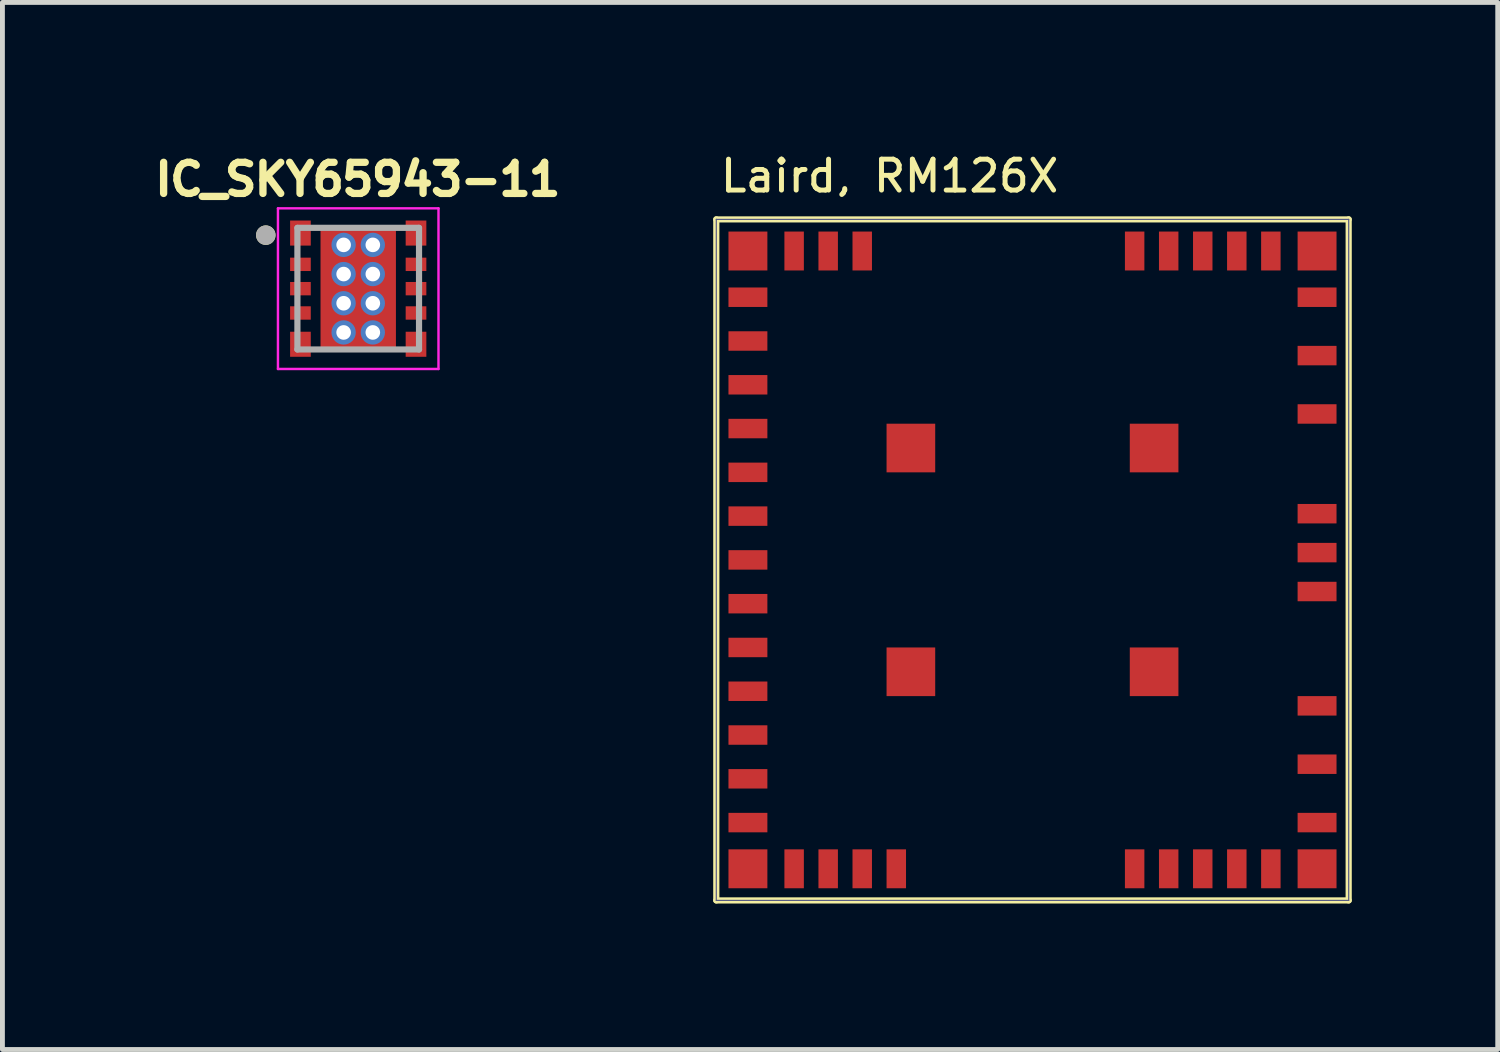
<source format=kicad_pcb>
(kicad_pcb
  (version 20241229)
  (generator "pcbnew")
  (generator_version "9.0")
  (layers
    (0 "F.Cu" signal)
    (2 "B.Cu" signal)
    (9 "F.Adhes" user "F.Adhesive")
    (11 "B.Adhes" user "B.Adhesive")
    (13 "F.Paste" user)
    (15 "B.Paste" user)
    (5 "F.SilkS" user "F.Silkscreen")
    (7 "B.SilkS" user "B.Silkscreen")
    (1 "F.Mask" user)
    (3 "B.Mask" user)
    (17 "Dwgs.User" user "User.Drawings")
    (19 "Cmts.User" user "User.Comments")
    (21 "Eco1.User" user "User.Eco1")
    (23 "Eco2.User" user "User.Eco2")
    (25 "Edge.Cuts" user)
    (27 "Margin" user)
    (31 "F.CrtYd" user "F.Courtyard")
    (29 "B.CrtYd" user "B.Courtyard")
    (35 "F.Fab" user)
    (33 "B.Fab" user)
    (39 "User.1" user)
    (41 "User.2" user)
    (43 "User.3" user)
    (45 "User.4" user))
  (footprint "IC_SKY65943-11"
    (layer "F.Cu")
    (at 4.314 2.884)
    (property "Reference" "IC_SKY65943-11" (at -0.008 -2.246 0) (layer "F.SilkS") (effects (font (size 0.64 0.64) (thickness 0.15))))
    (attr smd)
    (fp_poly (pts (xy -1.45 -1.451) (xy -0.925 -1.451) (xy -0.925 -0.836) (xy -1.45 -0.836)) (stroke (width 0.01) (type solid)) (fill yes) (layer "F.Mask"))
    (fp_poly (pts (xy -1.45 -0.688) (xy -0.925 -0.688) (xy -0.925 -0.312) (xy -1.45 -0.312)) (stroke (width 0.01) (type solid)) (fill yes) (layer "F.Mask"))
    (fp_poly (pts (xy -1.45 -0.188) (xy -0.925 -0.188) (xy -0.925 0.188) (xy -1.45 0.188)) (stroke (width 0.01) (type solid)) (fill yes) (layer "F.Mask"))
    (fp_poly (pts (xy -1.45 0.312) (xy -0.925 0.312) (xy -0.925 0.688) (xy -1.45 0.688)) (stroke (width 0.01) (type solid)) (fill yes) (layer "F.Mask"))
    (fp_poly (pts (xy -1.45 0.836) (xy -0.925 0.836) (xy -0.925 1.451) (xy -1.45 1.451)) (stroke (width 0.01) (type solid)) (fill yes) (layer "F.Mask"))
    (fp_poly (pts (xy -0.775 -1.25) (xy 0.775 -1.25) (xy 0.775 1.25) (xy -0.775 1.25)) (stroke (width 0.01) (type solid)) (fill yes) (layer "F.Mask"))
    (fp_poly (pts (xy 0.925 -1.451) (xy 1.45 -1.451) (xy 1.45 -0.836) (xy 0.925 -0.836)) (stroke (width 0.01) (type solid)) (fill yes) (layer "F.Mask"))
    (fp_poly (pts (xy 0.925 -0.688) (xy 1.45 -0.688) (xy 1.45 -0.312) (xy 0.925 -0.312)) (stroke (width 0.01) (type solid)) (fill yes) (layer "F.Mask"))
    (fp_poly (pts (xy 0.925 -0.188) (xy 1.45 -0.188) (xy 1.45 0.188) (xy 0.925 0.188)) (stroke (width 0.01) (type solid)) (fill yes) (layer "F.Mask"))
    (fp_poly (pts (xy 0.925 0.312) (xy 1.45 0.312) (xy 1.45 0.688) (xy 0.925 0.688)) (stroke (width 0.01) (type solid)) (fill yes) (layer "F.Mask"))
    (fp_poly (pts (xy 0.925 0.836) (xy 1.45 0.836) (xy 1.45 1.451) (xy 0.925 1.451)) (stroke (width 0.01) (type solid)) (fill yes) (layer "F.Mask"))
    (fp_circle (center -1.9 -1.1) (end -1.8 -1.1) (stroke (width 0.2) (type solid)) (fill no) (layer "F.SilkS"))
    (fp_poly (pts (xy -0.775 -1.25) (xy 0.775 -1.25) (xy 0.775 -0.505) (xy -0.775 -0.505)) (stroke (width 0.01) (type solid)) (fill yes) (layer "F.Paste"))
    (fp_poly (pts (xy -0.775 -0.335) (xy 0.775 -0.335) (xy 0.775 0.335) (xy -0.775 0.335)) (stroke (width 0.01) (type solid)) (fill yes) (layer "F.Paste"))
    (fp_poly (pts (xy -0.775 0.505) (xy 0.775 0.505) (xy 0.775 1.25) (xy -0.775 1.25)) (stroke (width 0.01) (type solid)) (fill yes) (layer "F.Paste"))
    (fp_line (start -1.65 -1.651) (end 1.65 -1.651) (stroke (width 0.05) (type solid)) (layer "F.CrtYd"))
    (fp_line (start -1.65 1.651) (end -1.65 -1.651) (stroke (width 0.05) (type solid)) (layer "F.CrtYd"))
    (fp_line (start 1.65 -1.651) (end 1.65 1.651) (stroke (width 0.05) (type solid)) (layer "F.CrtYd"))
    (fp_line (start 1.65 1.651) (end -1.65 1.651) (stroke (width 0.05) (type solid)) (layer "F.CrtYd"))
    (fp_line (start -1.25 -1.25) (end 1.25 -1.25) (stroke (width 0.127) (type solid)) (layer "F.Fab"))
    (fp_line (start -1.25 1.25) (end -1.25 -1.25) (stroke (width 0.127) (type solid)) (layer "F.Fab"))
    (fp_line (start 1.25 -1.25) (end 1.25 1.25) (stroke (width 0.127) (type solid)) (layer "F.Fab"))
    (fp_line (start 1.25 1.25) (end -1.25 1.25) (stroke (width 0.127) (type solid)) (layer "F.Fab"))
    (fp_circle (center -1.9 -1.1) (end -1.8 -1.1) (stroke (width 0.2) (type solid)) (fill no) (layer "F.Fab"))
    (pad "1" smd rect (at -1.188 -1.143) (size 0.425 0.515) (layers "F.Cu" "F.Paste"))
    (pad "2" smd rect (at -1.188 -0.5) (size 0.425 0.275) (layers "F.Cu" "F.Paste"))
    (pad "3" smd rect (at -1.188 0) (size 0.425 0.275) (layers "F.Cu" "F.Paste"))
    (pad "4" smd rect (at -1.188 0.5) (size 0.425 0.275) (layers "F.Cu" "F.Paste"))
    (pad "5" smd rect (at -1.188 1.143) (size 0.425 0.515) (layers "F.Cu" "F.Paste"))
    (pad "6" smd rect (at 1.188 1.143) (size 0.425 0.515) (layers "F.Cu" "F.Paste"))
    (pad "7" smd rect (at 1.188 0.5) (size 0.425 0.275) (layers "F.Cu" "F.Paste"))
    (pad "8" smd rect (at 1.188 0) (size 0.425 0.275) (layers "F.Cu" "F.Paste"))
    (pad "9" smd rect (at 1.188 -0.5) (size 0.425 0.275) (layers "F.Cu" "F.Paste"))
    (pad "10" smd rect (at 1.188 -1.143) (size 0.425 0.515) (layers "F.Cu" "F.Paste"))
    (pad "11" smd rect (at 0 0) (size 1.55 2.5) (layers "F.Cu"))
    (pad "11_1" thru_hole circle (at -0.3 -0.9) (size 0.5 0.5) (drill 0.3) (layers "*.Cu"))
    (pad "11_2" thru_hole circle (at -0.3 -0.3) (size 0.5 0.5) (drill 0.3) (layers "*.Cu"))
    (pad "11_3" thru_hole circle (at -0.3 0.3) (size 0.5 0.5) (drill 0.3) (layers "*.Cu"))
    (pad "11_4" thru_hole circle (at -0.3 0.9) (size 0.5 0.5) (drill 0.3) (layers "*.Cu"))
    (pad "11_5" thru_hole circle (at 0.3 0.9) (size 0.5 0.5) (drill 0.3) (layers "*.Cu"))
    (pad "11_6" thru_hole circle (at 0.3 0.3) (size 0.5 0.5) (drill 0.3) (layers "*.Cu"))
    (pad "11_7" thru_hole circle (at 0.3 -0.3) (size 0.5 0.5) (drill 0.3) (layers "*.Cu"))
    (pad "11_8" thru_hole circle (at 0.3 -0.9) (size 0.5 0.5) (drill 0.3) (layers "*.Cu")))
  (footprint "Laird, RM126X"
    (layer "F.Cu")
    (at 18.175 8.46)
    (property "Reference" "Laird, RM126X" (at -6.467 -7.52 0) (unlocked yes) (layer "F.SilkS") (effects (font (size 0.635 0.635) (thickness 0.102)) (justify left bottom)))
    (fp_line (start -6.5 -7) (end 6.5 -7) (stroke (width 0.127) (type solid)) (layer "F.SilkS"))
    (fp_line (start -6.5 7) (end -6.5 -7) (stroke (width 0.127) (type solid)) (layer "F.SilkS"))
    (fp_line (start -6.5 7) (end 6.5 7) (stroke (width 0.127) (type solid)) (layer "F.SilkS"))
    (fp_line (start 6.5 7) (end 6.5 -7) (stroke (width 0.127) (type solid)) (layer "F.SilkS"))
    (fp_line (start -6.5 -7) (end 6.5 -7) (stroke (width 0.025) (type solid)) (layer "B.Fab"))
    (fp_line (start -6.5 7) (end -6.5 -7) (stroke (width 0.025) (type solid)) (layer "B.Fab"))
    (fp_line (start -6.5 7) (end 6.5 7) (stroke (width 0.025) (type solid)) (layer "B.Fab"))
    (fp_line (start 6.5 7) (end 6.5 -7) (stroke (width 0.025) (type solid)) (layer "B.Fab"))
    (pad "1" smd rect (at -5.85 -5.4 180) (size 0.8 0.4) (layers "F.Cu" "F.Mask" "F.Paste"))
    (pad "2" smd rect (at -5.85 -4.5 180) (size 0.8 0.4) (layers "F.Cu" "F.Mask" "F.Paste"))
    (pad "3" smd rect (at -5.85 -3.6 180) (size 0.8 0.4) (layers "F.Cu" "F.Mask" "F.Paste"))
    (pad "4" smd rect (at -5.85 -2.7 180) (size 0.8 0.4) (layers "F.Cu" "F.Mask" "F.Paste"))
    (pad "5" smd rect (at -5.85 -1.8 180) (size 0.8 0.4) (layers "F.Cu" "F.Mask" "F.Paste"))
    (pad "6" smd rect (at -5.85 -0.9 180) (size 0.8 0.4) (layers "F.Cu" "F.Mask" "F.Paste"))
    (pad "7" smd rect (at -5.85 0 180) (size 0.8 0.4) (layers "F.Cu" "F.Mask" "F.Paste"))
    (pad "8" smd rect (at -5.85 0.9 180) (size 0.8 0.4) (layers "F.Cu" "F.Mask" "F.Paste"))
    (pad "9" smd rect (at -5.85 1.8 180) (size 0.8 0.4) (layers "F.Cu" "F.Mask" "F.Paste"))
    (pad "10" smd rect (at -5.85 2.7 180) (size 0.8 0.4) (layers "F.Cu" "F.Mask" "F.Paste"))
    (pad "11" smd rect (at -5.85 3.6 180) (size 0.8 0.4) (layers "F.Cu" "F.Mask" "F.Paste"))
    (pad "12" smd rect (at -5.85 4.5 180) (size 0.8 0.4) (layers "F.Cu" "F.Mask" "F.Paste"))
    (pad "13" smd rect (at -5.85 5.4 180) (size 0.8 0.4) (layers "F.Cu" "F.Mask" "F.Paste"))
    (pad "14" smd rect (at -4.9 6.35 270) (size 0.8 0.4) (layers "F.Cu" "F.Mask" "F.Paste"))
    (pad "15" smd rect (at -4.2 6.35 270) (size 0.8 0.4) (layers "F.Cu" "F.Mask" "F.Paste"))
    (pad "16" smd rect (at -3.5 6.35 270) (size 0.8 0.4) (layers "F.Cu" "F.Mask" "F.Paste"))
    (pad "17" smd rect (at -2.8 6.35 270) (size 0.8 0.4) (layers "F.Cu" "F.Mask" "F.Paste"))
    (pad "18" smd rect (at 2.1 6.35 270) (size 0.8 0.4) (layers "F.Cu" "F.Mask" "F.Paste"))
    (pad "19" smd rect (at 2.8 6.35 270) (size 0.8 0.4) (layers "F.Cu" "F.Mask" "F.Paste"))
    (pad "20" smd rect (at 3.5 6.35 270) (size 0.8 0.4) (layers "F.Cu" "F.Mask" "F.Paste"))
    (pad "21" smd rect (at 4.2 6.35 270) (size 0.8 0.4) (layers "F.Cu" "F.Mask" "F.Paste"))
    (pad "22" smd rect (at 4.9 6.35 270) (size 0.8 0.4) (layers "F.Cu" "F.Mask" "F.Paste"))
    (pad "23" smd rect (at 5.85 5.4 180) (size 0.8 0.4) (layers "F.Cu" "F.Mask" "F.Paste"))
    (pad "24" smd rect (at 5.85 4.2 180) (size 0.8 0.4) (layers "F.Cu" "F.Mask" "F.Paste"))
    (pad "25" smd rect (at 5.85 3 180) (size 0.8 0.4) (layers "F.Cu" "F.Mask" "F.Paste"))
    (pad "26" smd rect (at 5.85 0.65 180) (size 0.8 0.4) (layers "F.Cu" "F.Mask" "F.Paste"))
    (pad "27" smd rect (at 5.85 -0.15 180) (size 0.8 0.4) (layers "F.Cu" "F.Mask" "F.Paste"))
    (pad "28" smd rect (at 5.85 -0.95 180) (size 0.8 0.4) (layers "F.Cu" "F.Mask" "F.Paste"))
    (pad "29" smd rect (at 5.85 -3) (size 0.8 0.4) (layers "F.Cu" "F.Mask" "F.Paste"))
    (pad "30" smd rect (at 5.85 -4.2) (size 0.8 0.4) (layers "F.Cu" "F.Mask" "F.Paste"))
    (pad "31" smd rect (at 5.85 -5.4) (size 0.8 0.4) (layers "F.Cu" "F.Mask" "F.Paste"))
    (pad "32" smd rect (at 4.9 -6.35 90) (size 0.8 0.4) (layers "F.Cu" "F.Mask" "F.Paste"))
    (pad "33" smd rect (at 4.2 -6.35 90) (size 0.8 0.4) (layers "F.Cu" "F.Mask" "F.Paste"))
    (pad "34" smd rect (at 3.5 -6.35 90) (size 0.8 0.4) (layers "F.Cu" "F.Mask" "F.Paste"))
    (pad "35" smd rect (at 2.8 -6.35 90) (size 0.8 0.4) (layers "F.Cu" "F.Mask" "F.Paste"))
    (pad "36" smd rect (at 2.1 -6.35 90) (size 0.8 0.4) (layers "F.Cu" "F.Mask" "F.Paste"))
    (pad "37" smd rect (at -3.5 -6.35 270) (size 0.8 0.4) (layers "F.Cu" "F.Mask" "F.Paste"))
    (pad "38" smd rect (at -4.2 -6.35 270) (size 0.8 0.4) (layers "F.Cu" "F.Mask" "F.Paste"))
    (pad "39" smd rect (at -4.9 -6.35 270) (size 0.8 0.4) (layers "F.Cu" "F.Mask" "F.Paste"))
    (pad "40" smd rect (at -5.85 -6.35 180) (size 0.8 0.8) (layers "F.Cu" "F.Mask" "F.Paste"))
    (pad "41" smd rect (at -5.85 6.35 270) (size 0.8 0.8) (layers "F.Cu" "F.Mask" "F.Paste"))
    (pad "42" smd rect (at 5.85 6.35 270) (size 0.8 0.8) (layers "F.Cu" "F.Mask" "F.Paste"))
    (pad "43" smd rect (at 5.85 -6.35 270) (size 0.8 0.8) (layers "F.Cu" "F.Mask" "F.Paste"))
    (pad "44" smd rect (at 2.5 -2.3 270) (size 1 1) (layers "F.Cu" "F.Mask" "F.Paste"))
    (pad "45" smd rect (at -2.5 -2.3 270) (size 1 1) (layers "F.Cu" "F.Mask" "F.Paste"))
    (pad "46" smd rect (at 2.5 2.3 90) (size 1 1) (layers "F.Cu" "F.Mask" "F.Paste"))
    (pad "47" smd rect (at -2.5 2.3 90) (size 1 1) (layers "F.Cu" "F.Mask" "F.Paste")))
  (gr_rect
    (start -3 -3)
    (end 27.739 18.524)
    (stroke (width 0.1) (type default))
    (fill no)
    (layer "Edge.Cuts")))
</source>
